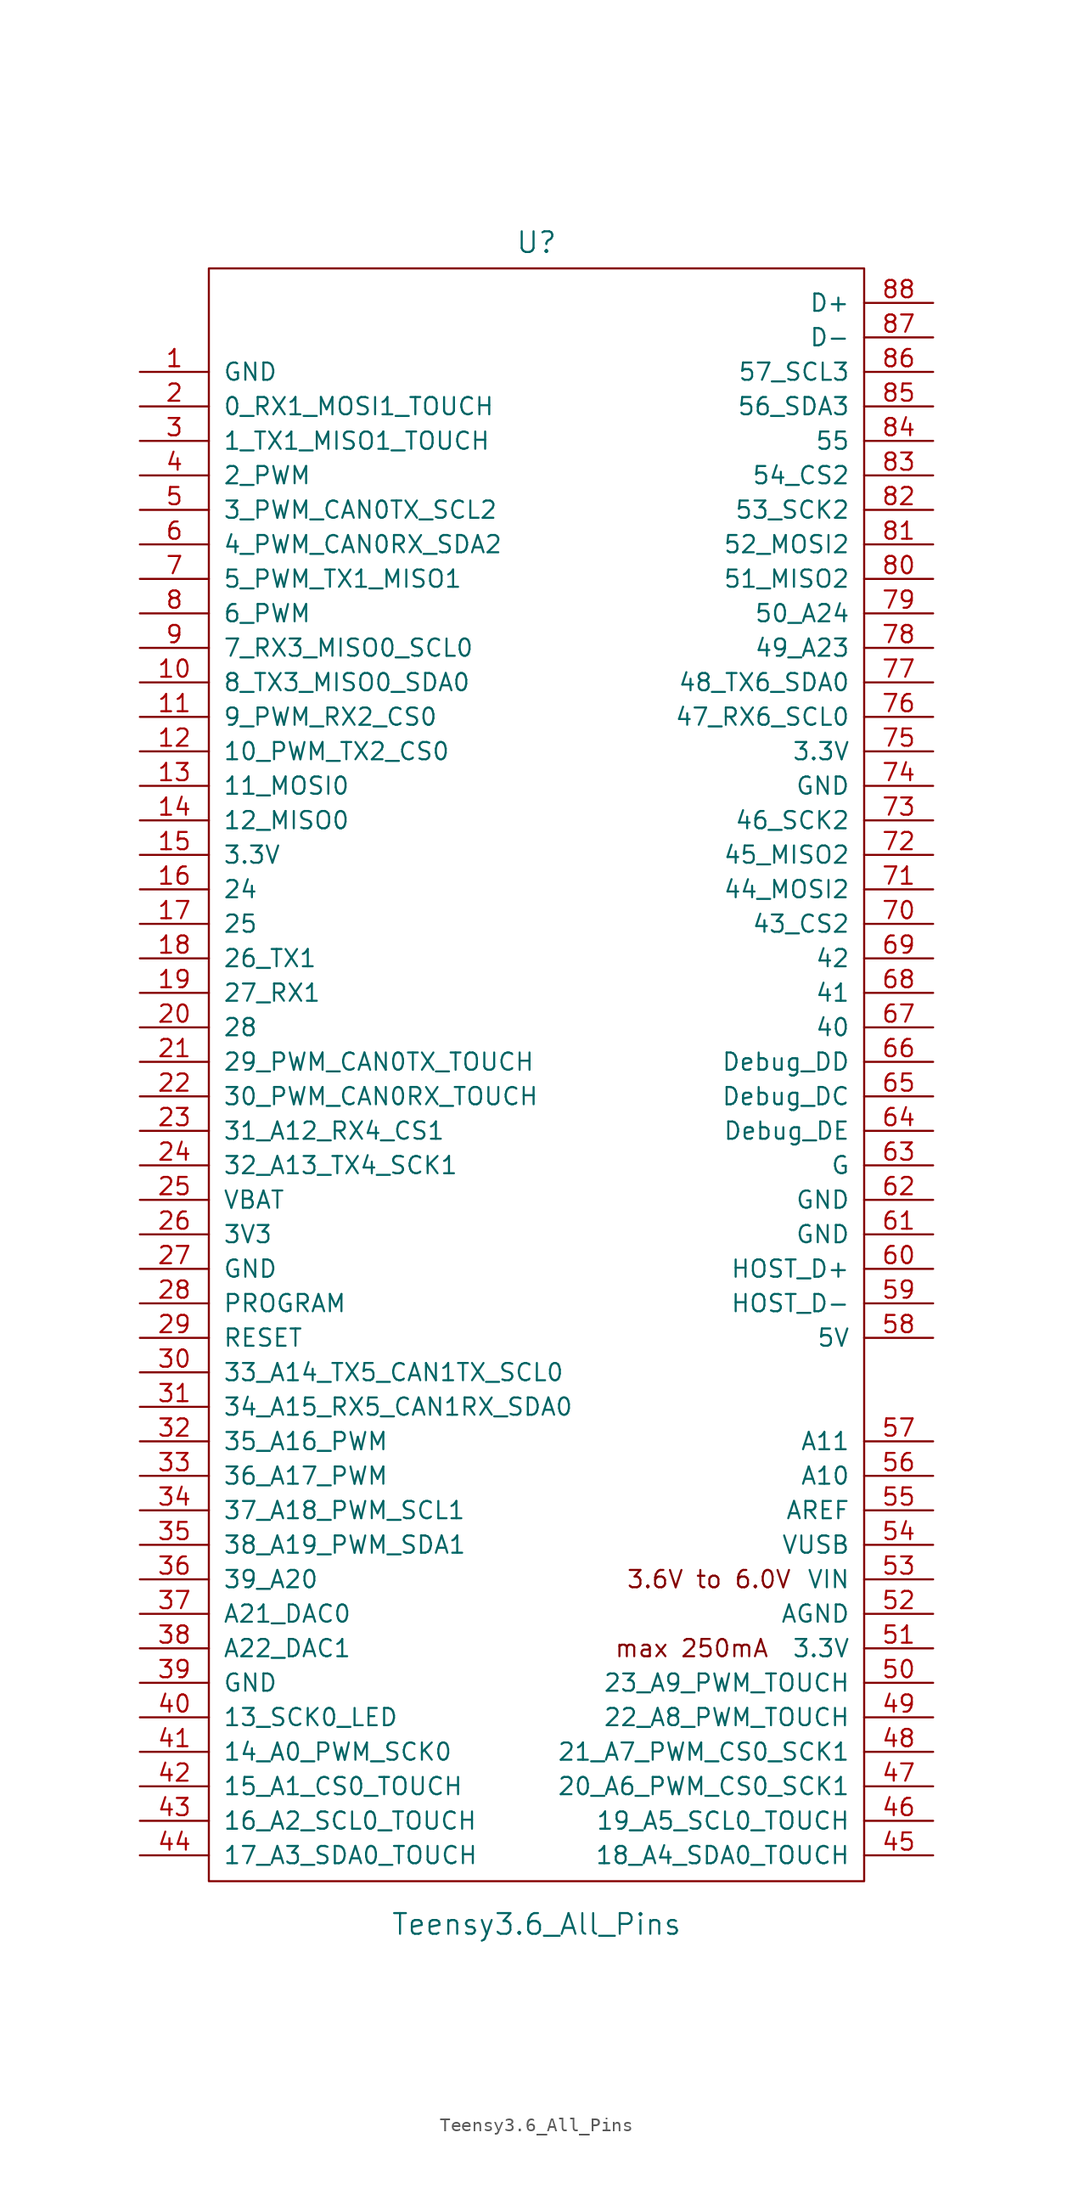
<source format=kicad_sym>
(kicad_symbol_lib
  (version 20231120)
  (generator "kicad_symbol_editor")
  (generator_version "8.0")
  (symbol "Teensy3.6_All_Pins"
    (pin_names
      (offset 1.016))
    (property "Reference" "U"
      (at 0 64.135 0)
      (effects (font (size 1.524 1.524))))
    (property "Value" "Teensy3.6_All_Pins"
      (at 0 -59.69 0)
      (effects (font (size 1.524 1.524))))
    (property "Footprint" ""
      (at 0 1.27 0)
      (effects (font (size 1.524 1.524))))
    (property "Datasheet" ""
      (at 0 1.27 0)
      (effects (font (size 1.524 1.524))))
    (symbol "Teensy3.6_All_Pins_0_0"
      (rectangle (start -24.13 62.23) (end 24.13 -56.515) (stroke (width 0) (type solid)) (fill (type none)))
      (text "3.6V to 6.0V" (at 12.7 -34.29 0) (effects (font (size 1.27 1.27))))
      (text "max 250mA" (at 11.43 -39.37 0) (effects (font (size 1.27 1.27)))))
    (symbol "Teensy3.6_All_Pins_1_1"
      (pin power_in line (at -29.21 54.61 0) (length 5.08) (name "GND" (effects (font (size 1.27 1.27)))) (number "1" (effects (font (size 1.27 1.27)))))
      (pin bidirectional line (at -29.21 31.75 0) (length 5.08) (name "8_TX3_MISO0_SDA0" (effects (font (size 1.27 1.27)))) (number "10" (effects (font (size 1.27 1.27)))))
      (pin bidirectional line (at -29.21 29.21 0) (length 5.08) (name "9_PWM_RX2_CS0" (effects (font (size 1.27 1.27)))) (number "11" (effects (font (size 1.27 1.27)))))
      (pin bidirectional line (at -29.21 26.67 0) (length 5.08) (name "10_PWM_TX2_CS0" (effects (font (size 1.27 1.27)))) (number "12" (effects (font (size 1.27 1.27)))))
      (pin bidirectional line (at -29.21 24.13 0) (length 5.08) (name "11_MOSI0" (effects (font (size 1.27 1.27)))) (number "13" (effects (font (size 1.27 1.27)))))
      (pin bidirectional line (at -29.21 21.59 0) (length 5.08) (name "12_MISO0" (effects (font (size 1.27 1.27)))) (number "14" (effects (font (size 1.27 1.27)))))
      (pin power_in line (at -29.21 19.05 0) (length 5.08) (name "3.3V" (effects (font (size 1.27 1.27)))) (number "15" (effects (font (size 1.27 1.27)))))
      (pin bidirectional line (at -29.21 16.51 0) (length 5.08) (name "24" (effects (font (size 1.27 1.27)))) (number "16" (effects (font (size 1.27 1.27)))))
      (pin bidirectional line (at -29.21 13.97 0) (length 5.08) (name "25" (effects (font (size 1.27 1.27)))) (number "17" (effects (font (size 1.27 1.27)))))
      (pin bidirectional line (at -29.21 11.43 0) (length 5.08) (name "26_TX1" (effects (font (size 1.27 1.27)))) (number "18" (effects (font (size 1.27 1.27)))))
      (pin bidirectional line (at -29.21 8.89 0) (length 5.08) (name "27_RX1" (effects (font (size 1.27 1.27)))) (number "19" (effects (font (size 1.27 1.27)))))
      (pin bidirectional line (at -29.21 52.07 0) (length 5.08) (name "0_RX1_MOSI1_TOUCH" (effects (font (size 1.27 1.27)))) (number "2" (effects (font (size 1.27 1.27)))))
      (pin bidirectional line (at -29.21 6.35 0) (length 5.08) (name "28" (effects (font (size 1.27 1.27)))) (number "20" (effects (font (size 1.27 1.27)))))
      (pin bidirectional line (at -29.21 3.81 0) (length 5.08) (name "29_PWM_CAN0TX_TOUCH" (effects (font (size 1.27 1.27)))) (number "21" (effects (font (size 1.27 1.27)))))
      (pin bidirectional line (at -29.21 1.27 0) (length 5.08) (name "30_PWM_CAN0RX_TOUCH" (effects (font (size 1.27 1.27)))) (number "22" (effects (font (size 1.27 1.27)))))
      (pin bidirectional line (at -29.21 -1.27 0) (length 5.08) (name "31_A12_RX4_CS1" (effects (font (size 1.27 1.27)))) (number "23" (effects (font (size 1.27 1.27)))))
      (pin bidirectional line (at -29.21 -3.81 0) (length 5.08) (name "32_A13_TX4_SCK1" (effects (font (size 1.27 1.27)))) (number "24" (effects (font (size 1.27 1.27)))))
      (pin power_in line (at -29.21 -6.35 0) (length 5.08) (name "VBAT" (effects (font (size 1.27 1.27)))) (number "25" (effects (font (size 1.27 1.27)))))
      (pin power_in line (at -29.21 -8.89 0) (length 5.08) (name "3V3" (effects (font (size 1.27 1.27)))) (number "26" (effects (font (size 1.27 1.27)))))
      (pin power_in line (at -29.21 -11.43 0) (length 5.08) (name "GND" (effects (font (size 1.27 1.27)))) (number "27" (effects (font (size 1.27 1.27)))))
      (pin input line (at -29.21 -13.97 0) (length 5.08) (name "PROGRAM" (effects (font (size 1.27 1.27)))) (number "28" (effects (font (size 1.27 1.27)))))
      (pin input line (at -29.21 -16.51 0) (length 5.08) (name "RESET" (effects (font (size 1.27 1.27)))) (number "29" (effects (font (size 1.27 1.27)))))
      (pin bidirectional line (at -29.21 49.53 0) (length 5.08) (name "1_TX1_MISO1_TOUCH" (effects (font (size 1.27 1.27)))) (number "3" (effects (font (size 1.27 1.27)))))
      (pin bidirectional line (at -29.21 -19.05 0) (length 5.08) (name "33_A14_TX5_CAN1TX_SCL0" (effects (font (size 1.27 1.27)))) (number "30" (effects (font (size 1.27 1.27)))))
      (pin bidirectional line (at -29.21 -21.59 0) (length 5.08) (name "34_A15_RX5_CAN1RX_SDA0" (effects (font (size 1.27 1.27)))) (number "31" (effects (font (size 1.27 1.27)))))
      (pin bidirectional line (at -29.21 -24.13 0) (length 5.08) (name "35_A16_PWM" (effects (font (size 1.27 1.27)))) (number "32" (effects (font (size 1.27 1.27)))))
      (pin bidirectional line (at -29.21 -26.67 0) (length 5.08) (name "36_A17_PWM" (effects (font (size 1.27 1.27)))) (number "33" (effects (font (size 1.27 1.27)))))
      (pin bidirectional line (at -29.21 -29.21 0) (length 5.08) (name "37_A18_PWM_SCL1" (effects (font (size 1.27 1.27)))) (number "34" (effects (font (size 1.27 1.27)))))
      (pin bidirectional line (at -29.21 -31.75 0) (length 5.08) (name "38_A19_PWM_SDA1" (effects (font (size 1.27 1.27)))) (number "35" (effects (font (size 1.27 1.27)))))
      (pin bidirectional line (at -29.21 -34.29 0) (length 5.08) (name "39_A20" (effects (font (size 1.27 1.27)))) (number "36" (effects (font (size 1.27 1.27)))))
      (pin bidirectional line (at -29.21 -36.83 0) (length 5.08) (name "A21_DAC0" (effects (font (size 1.27 1.27)))) (number "37" (effects (font (size 1.27 1.27)))))
      (pin bidirectional line (at -29.21 -39.37 0) (length 5.08) (name "A22_DAC1" (effects (font (size 1.27 1.27)))) (number "38" (effects (font (size 1.27 1.27)))))
      (pin power_in line (at -29.21 -41.91 0) (length 5.08) (name "GND" (effects (font (size 1.27 1.27)))) (number "39" (effects (font (size 1.27 1.27)))))
      (pin bidirectional line (at -29.21 46.99 0) (length 5.08) (name "2_PWM" (effects (font (size 1.27 1.27)))) (number "4" (effects (font (size 1.27 1.27)))))
      (pin bidirectional line (at -29.21 -44.45 0) (length 5.08) (name "13_SCK0_LED" (effects (font (size 1.27 1.27)))) (number "40" (effects (font (size 1.27 1.27)))))
      (pin bidirectional line (at -29.21 -46.99 0) (length 5.08) (name "14_A0_PWM_SCK0" (effects (font (size 1.27 1.27)))) (number "41" (effects (font (size 1.27 1.27)))))
      (pin bidirectional line (at -29.21 -49.53 0) (length 5.08) (name "15_A1_CS0_TOUCH" (effects (font (size 1.27 1.27)))) (number "42" (effects (font (size 1.27 1.27)))))
      (pin bidirectional line (at -29.21 -52.07 0) (length 5.08) (name "16_A2_SCL0_TOUCH" (effects (font (size 1.27 1.27)))) (number "43" (effects (font (size 1.27 1.27)))))
      (pin bidirectional line (at -29.21 -54.61 0) (length 5.08) (name "17_A3_SDA0_TOUCH" (effects (font (size 1.27 1.27)))) (number "44" (effects (font (size 1.27 1.27)))))
      (pin bidirectional line (at 29.21 -54.61 180) (length 5.08) (name "18_A4_SDA0_TOUCH" (effects (font (size 1.27 1.27)))) (number "45" (effects (font (size 1.27 1.27)))))
      (pin bidirectional line (at 29.21 -52.07 180) (length 5.08) (name "19_A5_SCL0_TOUCH" (effects (font (size 1.27 1.27)))) (number "46" (effects (font (size 1.27 1.27)))))
      (pin bidirectional line (at 29.21 -49.53 180) (length 5.08) (name "20_A6_PWM_CS0_SCK1" (effects (font (size 1.27 1.27)))) (number "47" (effects (font (size 1.27 1.27)))))
      (pin bidirectional line (at 29.21 -46.99 180) (length 5.08) (name "21_A7_PWM_CS0_SCK1" (effects (font (size 1.27 1.27)))) (number "48" (effects (font (size 1.27 1.27)))))
      (pin bidirectional line (at 29.21 -44.45 180) (length 5.08) (name "22_A8_PWM_TOUCH" (effects (font (size 1.27 1.27)))) (number "49" (effects (font (size 1.27 1.27)))))
      (pin bidirectional line (at -29.21 44.45 0) (length 5.08) (name "3_PWM_CAN0TX_SCL2" (effects (font (size 1.27 1.27)))) (number "5" (effects (font (size 1.27 1.27)))))
      (pin bidirectional line (at 29.21 -41.91 180) (length 5.08) (name "23_A9_PWM_TOUCH" (effects (font (size 1.27 1.27)))) (number "50" (effects (font (size 1.27 1.27)))))
      (pin power_out line (at 29.21 -39.37 180) (length 5.08) (name "3.3V" (effects (font (size 1.27 1.27)))) (number "51" (effects (font (size 1.27 1.27)))))
      (pin power_out line (at 29.21 -36.83 180) (length 5.08) (name "AGND" (effects (font (size 1.27 1.27)))) (number "52" (effects (font (size 1.27 1.27)))))
      (pin power_in line (at 29.21 -34.29 180) (length 5.08) (name "VIN" (effects (font (size 1.27 1.27)))) (number "53" (effects (font (size 1.27 1.27)))))
      (pin power_in line (at 29.21 -31.75 180) (length 5.08) (name "VUSB" (effects (font (size 1.27 1.27)))) (number "54" (effects (font (size 1.27 1.27)))))
      (pin input line (at 29.21 -29.21 180) (length 5.08) (name "AREF" (effects (font (size 1.27 1.27)))) (number "55" (effects (font (size 1.27 1.27)))))
      (pin bidirectional line (at 29.21 -26.67 180) (length 5.08) (name "A10" (effects (font (size 1.27 1.27)))) (number "56" (effects (font (size 1.27 1.27)))))
      (pin bidirectional line (at 29.21 -24.13 180) (length 5.08) (name "A11" (effects (font (size 1.27 1.27)))) (number "57" (effects (font (size 1.27 1.27)))))
      (pin power_in line (at 29.21 -16.51 180) (length 5.08) (name "5V" (effects (font (size 1.27 1.27)))) (number "58" (effects (font (size 1.27 1.27)))))
      (pin bidirectional line (at 29.21 -13.97 180) (length 5.08) (name "HOST_D-" (effects (font (size 1.27 1.27)))) (number "59" (effects (font (size 1.27 1.27)))))
      (pin bidirectional line (at -29.21 41.91 0) (length 5.08) (name "4_PWM_CAN0RX_SDA2" (effects (font (size 1.27 1.27)))) (number "6" (effects (font (size 1.27 1.27)))))
      (pin bidirectional line (at 29.21 -11.43 180) (length 5.08) (name "HOST_D+" (effects (font (size 1.27 1.27)))) (number "60" (effects (font (size 1.27 1.27)))))
      (pin power_in line (at 29.21 -8.89 180) (length 5.08) (name "GND" (effects (font (size 1.27 1.27)))) (number "61" (effects (font (size 1.27 1.27)))))
      (pin power_in line (at 29.21 -6.35 180) (length 5.08) (name "GND" (effects (font (size 1.27 1.27)))) (number "62" (effects (font (size 1.27 1.27)))))
      (pin power_in line (at 29.21 -3.81 180) (length 5.08) (name "G" (effects (font (size 1.27 1.27)))) (number "63" (effects (font (size 1.27 1.27)))))
      (pin input line (at 29.21 -1.27 180) (length 5.08) (name "Debug_DE" (effects (font (size 1.27 1.27)))) (number "64" (effects (font (size 1.27 1.27)))))
      (pin input line (at 29.21 1.27 180) (length 5.08) (name "Debug_DC" (effects (font (size 1.27 1.27)))) (number "65" (effects (font (size 1.27 1.27)))))
      (pin input line (at 29.21 3.81 180) (length 5.08) (name "Debug_DD" (effects (font (size 1.27 1.27)))) (number "66" (effects (font (size 1.27 1.27)))))
      (pin bidirectional line (at 29.21 6.35 180) (length 5.08) (name "40" (effects (font (size 1.27 1.27)))) (number "67" (effects (font (size 1.27 1.27)))))
      (pin bidirectional line (at 29.21 8.89 180) (length 5.08) (name "41" (effects (font (size 1.27 1.27)))) (number "68" (effects (font (size 1.27 1.27)))))
      (pin bidirectional line (at 29.21 11.43 180) (length 5.08) (name "42" (effects (font (size 1.27 1.27)))) (number "69" (effects (font (size 1.27 1.27)))))
      (pin bidirectional line (at -29.21 39.37 0) (length 5.08) (name "5_PWM_TX1_MISO1" (effects (font (size 1.27 1.27)))) (number "7" (effects (font (size 1.27 1.27)))))
      (pin bidirectional line (at 29.21 13.97 180) (length 5.08) (name "43_CS2" (effects (font (size 1.27 1.27)))) (number "70" (effects (font (size 1.27 1.27)))))
      (pin bidirectional line (at 29.21 16.51 180) (length 5.08) (name "44_MOSI2" (effects (font (size 1.27 1.27)))) (number "71" (effects (font (size 1.27 1.27)))))
      (pin bidirectional line (at 29.21 19.05 180) (length 5.08) (name "45_MISO2" (effects (font (size 1.27 1.27)))) (number "72" (effects (font (size 1.27 1.27)))))
      (pin bidirectional line (at 29.21 21.59 180) (length 5.08) (name "46_SCK2" (effects (font (size 1.27 1.27)))) (number "73" (effects (font (size 1.27 1.27)))))
      (pin power_in line (at 29.21 24.13 180) (length 5.08) (name "GND" (effects (font (size 1.27 1.27)))) (number "74" (effects (font (size 1.27 1.27)))))
      (pin power_in line (at 29.21 26.67 180) (length 5.08) (name "3.3V" (effects (font (size 1.27 1.27)))) (number "75" (effects (font (size 1.27 1.27)))))
      (pin bidirectional line (at 29.21 29.21 180) (length 5.08) (name "47_RX6_SCL0" (effects (font (size 1.27 1.27)))) (number "76" (effects (font (size 1.27 1.27)))))
      (pin bidirectional line (at 29.21 31.75 180) (length 5.08) (name "48_TX6_SDA0" (effects (font (size 1.27 1.27)))) (number "77" (effects (font (size 1.27 1.27)))))
      (pin bidirectional line (at 29.21 34.29 180) (length 5.08) (name "49_A23" (effects (font (size 1.27 1.27)))) (number "78" (effects (font (size 1.27 1.27)))))
      (pin bidirectional line (at 29.21 36.83 180) (length 5.08) (name "50_A24" (effects (font (size 1.27 1.27)))) (number "79" (effects (font (size 1.27 1.27)))))
      (pin bidirectional line (at -29.21 36.83 0) (length 5.08) (name "6_PWM" (effects (font (size 1.27 1.27)))) (number "8" (effects (font (size 1.27 1.27)))))
      (pin bidirectional line (at 29.21 39.37 180) (length 5.08) (name "51_MISO2" (effects (font (size 1.27 1.27)))) (number "80" (effects (font (size 1.27 1.27)))))
      (pin bidirectional line (at 29.21 41.91 180) (length 5.08) (name "52_MOSI2" (effects (font (size 1.27 1.27)))) (number "81" (effects (font (size 1.27 1.27)))))
      (pin bidirectional line (at 29.21 44.45 180) (length 5.08) (name "53_SCK2" (effects (font (size 1.27 1.27)))) (number "82" (effects (font (size 1.27 1.27)))))
      (pin bidirectional line (at 29.21 46.99 180) (length 5.08) (name "54_CS2" (effects (font (size 1.27 1.27)))) (number "83" (effects (font (size 1.27 1.27)))))
      (pin bidirectional line (at 29.21 49.53 180) (length 5.08) (name "55" (effects (font (size 1.27 1.27)))) (number "84" (effects (font (size 1.27 1.27)))))
      (pin bidirectional line (at 29.21 52.07 180) (length 5.08) (name "56_SDA3" (effects (font (size 1.27 1.27)))) (number "85" (effects (font (size 1.27 1.27)))))
      (pin bidirectional line (at 29.21 54.61 180) (length 5.08) (name "57_SCL3" (effects (font (size 1.27 1.27)))) (number "86" (effects (font (size 1.27 1.27)))))
      (pin input line (at 29.21 57.15 180) (length 5.08) (name "D-" (effects (font (size 1.27 1.27)))) (number "87" (effects (font (size 1.27 1.27)))))
      (pin input line (at 29.21 59.69 180) (length 5.08) (name "D+" (effects (font (size 1.27 1.27)))) (number "88" (effects (font (size 1.27 1.27)))))
      (pin bidirectional line (at -29.21 34.29 0) (length 5.08) (name "7_RX3_MISO0_SCL0" (effects (font (size 1.27 1.27)))) (number "9" (effects (font (size 1.27 1.27))))))))
</source>
